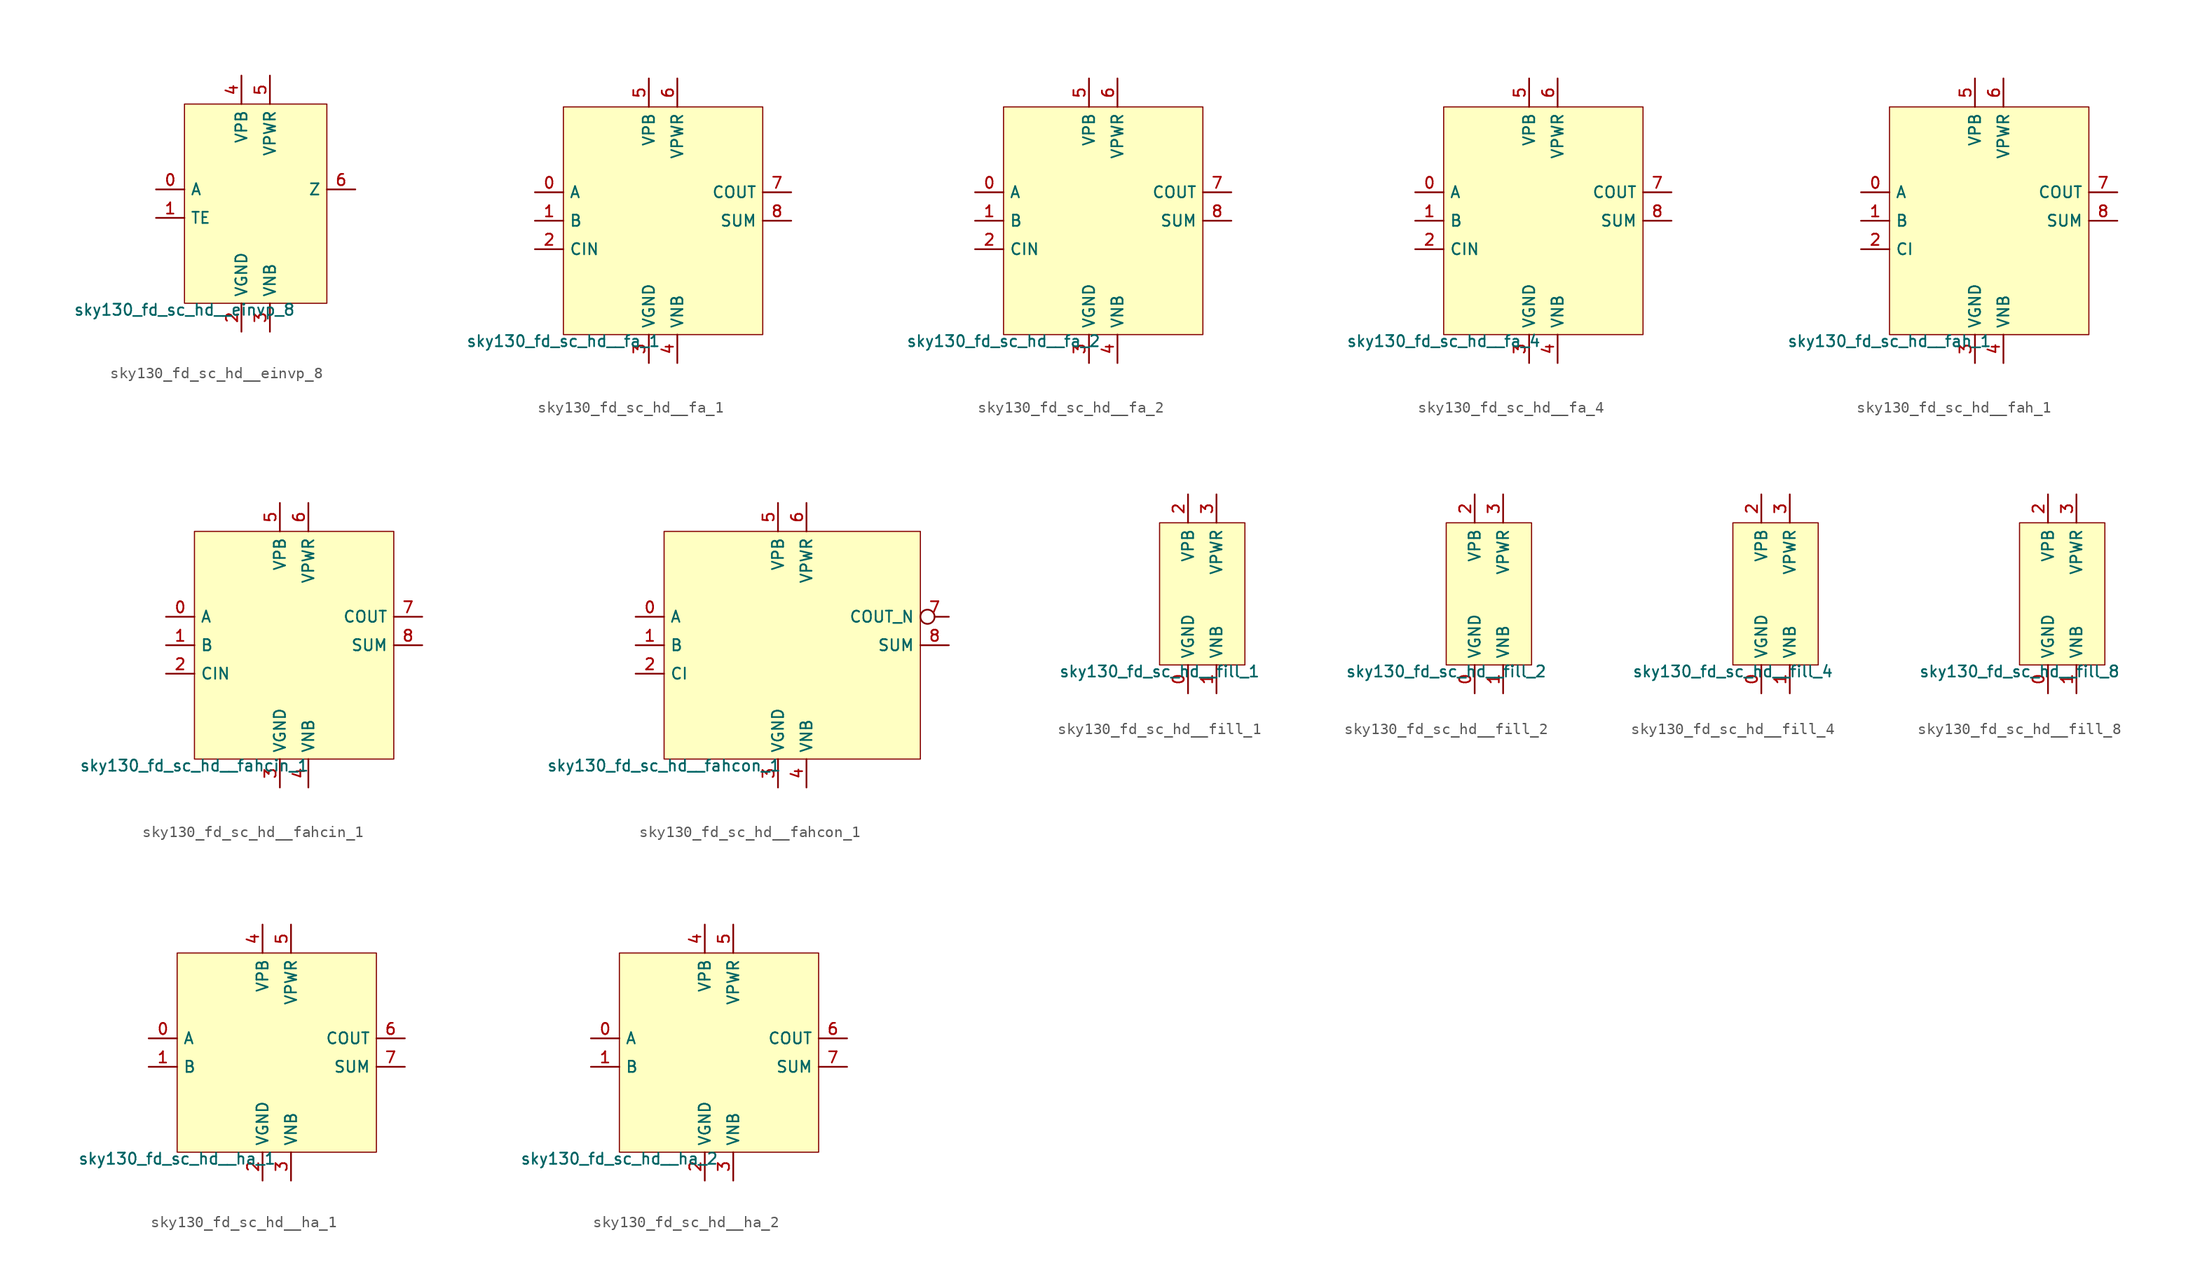
<source format=kicad_sym>
(kicad_symbol_lib
  (version 20211014)
  (generator lef2kicad_sym)
  (symbol "sky130_fd_sc_hd__einvp_8"
    (property "Reference" "X"
      (at 0 0 0)
      (effects (font (size 1 1)) hide))
    (property "Value" "sky130_fd_sc_hd__einvp_8"
      (at -6.35 -8.89 0)
      (effects (font (size 1 1)) (justify top)))
    (rectangle
      (start -6.35 -8.89)
      (end 6.35 8.89)
      (stroke (width 0.1) (type solid) (color 0 0 0 0))
      (fill (type background)))
    (pin input line
      (at -8.89 1.27 0)
      (length 2.54)
      (name "A" (effects (font (size 1 1)) hide))
      (number "0" (effects (font (size 1 1)) hide)))
    (pin input line
      (at -8.89 -1.27 0)
      (length 2.54)
      (name "TE" (effects (font (size 1 1)) hide))
      (number "1" (effects (font (size 1 1)) hide)))
    (pin power_in line
      (at -1.27 -11.43 90)
      (length 2.54)
      (name "VGND" (effects (font (size 1 1)) hide))
      (number "2" (effects (font (size 1 1)) hide)))
    (pin power_in line
      (at 1.27 -11.43 90)
      (length 2.54)
      (name "VNB" (effects (font (size 1 1)) hide))
      (number "3" (effects (font (size 1 1)) hide)))
    (pin power_in line
      (at -1.27 11.43 270)
      (length 2.54)
      (name "VPB" (effects (font (size 1 1)) hide))
      (number "4" (effects (font (size 1 1)) hide)))
    (pin power_in line
      (at 1.27 11.43 270)
      (length 2.54)
      (name "VPWR" (effects (font (size 1 1)) hide))
      (number "5" (effects (font (size 1 1)) hide)))
    (pin output line
      (at 8.89 1.27 180)
      (length 2.54)
      (name "Z" (effects (font (size 1 1)) hide))
      (number "6" (effects (font (size 1 1)) hide))))
  (symbol "sky130_fd_sc_hd__fa_1"
    (property "Reference" "X"
      (at 0 0 0)
      (effects (font (size 1 1)) hide))
    (property "Value" "sky130_fd_sc_hd__fa_1"
      (at -8.89 -10.16 0)
      (effects (font (size 1 1)) (justify top)))
    (rectangle
      (start -8.89 -10.16)
      (end 8.89 10.16)
      (stroke (width 0.1) (type solid) (color 0 0 0 0))
      (fill (type background)))
    (pin input line
      (at -11.43 2.54 0)
      (length 2.54)
      (name "A" (effects (font (size 1 1)) hide))
      (number "0" (effects (font (size 1 1)) hide)))
    (pin input line
      (at -11.43 0.0 0)
      (length 2.54)
      (name "B" (effects (font (size 1 1)) hide))
      (number "1" (effects (font (size 1 1)) hide)))
    (pin input line
      (at -11.43 -2.54 0)
      (length 2.54)
      (name "CIN" (effects (font (size 1 1)) hide))
      (number "2" (effects (font (size 1 1)) hide)))
    (pin power_in line
      (at -1.27 -12.7 90)
      (length 2.54)
      (name "VGND" (effects (font (size 1 1)) hide))
      (number "3" (effects (font (size 1 1)) hide)))
    (pin power_in line
      (at 1.27 -12.7 90)
      (length 2.54)
      (name "VNB" (effects (font (size 1 1)) hide))
      (number "4" (effects (font (size 1 1)) hide)))
    (pin power_in line
      (at -1.27 12.7 270)
      (length 2.54)
      (name "VPB" (effects (font (size 1 1)) hide))
      (number "5" (effects (font (size 1 1)) hide)))
    (pin power_in line
      (at 1.27 12.7 270)
      (length 2.54)
      (name "VPWR" (effects (font (size 1 1)) hide))
      (number "6" (effects (font (size 1 1)) hide)))
    (pin output line
      (at 11.43 2.54 180)
      (length 2.54)
      (name "COUT" (effects (font (size 1 1)) hide))
      (number "7" (effects (font (size 1 1)) hide)))
    (pin output line
      (at 11.43 0.0 180)
      (length 2.54)
      (name "SUM" (effects (font (size 1 1)) hide))
      (number "8" (effects (font (size 1 1)) hide))))
  (symbol "sky130_fd_sc_hd__fa_2"
    (property "Reference" "X"
      (at 0 0 0)
      (effects (font (size 1 1)) hide))
    (property "Value" "sky130_fd_sc_hd__fa_2"
      (at -8.89 -10.16 0)
      (effects (font (size 1 1)) (justify top)))
    (rectangle
      (start -8.89 -10.16)
      (end 8.89 10.16)
      (stroke (width 0.1) (type solid) (color 0 0 0 0))
      (fill (type background)))
    (pin input line
      (at -11.43 2.54 0)
      (length 2.54)
      (name "A" (effects (font (size 1 1)) hide))
      (number "0" (effects (font (size 1 1)) hide)))
    (pin input line
      (at -11.43 0.0 0)
      (length 2.54)
      (name "B" (effects (font (size 1 1)) hide))
      (number "1" (effects (font (size 1 1)) hide)))
    (pin input line
      (at -11.43 -2.54 0)
      (length 2.54)
      (name "CIN" (effects (font (size 1 1)) hide))
      (number "2" (effects (font (size 1 1)) hide)))
    (pin power_in line
      (at -1.27 -12.7 90)
      (length 2.54)
      (name "VGND" (effects (font (size 1 1)) hide))
      (number "3" (effects (font (size 1 1)) hide)))
    (pin power_in line
      (at 1.27 -12.7 90)
      (length 2.54)
      (name "VNB" (effects (font (size 1 1)) hide))
      (number "4" (effects (font (size 1 1)) hide)))
    (pin power_in line
      (at -1.27 12.7 270)
      (length 2.54)
      (name "VPB" (effects (font (size 1 1)) hide))
      (number "5" (effects (font (size 1 1)) hide)))
    (pin power_in line
      (at 1.27 12.7 270)
      (length 2.54)
      (name "VPWR" (effects (font (size 1 1)) hide))
      (number "6" (effects (font (size 1 1)) hide)))
    (pin output line
      (at 11.43 2.54 180)
      (length 2.54)
      (name "COUT" (effects (font (size 1 1)) hide))
      (number "7" (effects (font (size 1 1)) hide)))
    (pin output line
      (at 11.43 0.0 180)
      (length 2.54)
      (name "SUM" (effects (font (size 1 1)) hide))
      (number "8" (effects (font (size 1 1)) hide))))
  (symbol "sky130_fd_sc_hd__fa_4"
    (property "Reference" "X"
      (at 0 0 0)
      (effects (font (size 1 1)) hide))
    (property "Value" "sky130_fd_sc_hd__fa_4"
      (at -8.89 -10.16 0)
      (effects (font (size 1 1)) (justify top)))
    (rectangle
      (start -8.89 -10.16)
      (end 8.89 10.16)
      (stroke (width 0.1) (type solid) (color 0 0 0 0))
      (fill (type background)))
    (pin input line
      (at -11.43 2.54 0)
      (length 2.54)
      (name "A" (effects (font (size 1 1)) hide))
      (number "0" (effects (font (size 1 1)) hide)))
    (pin input line
      (at -11.43 0.0 0)
      (length 2.54)
      (name "B" (effects (font (size 1 1)) hide))
      (number "1" (effects (font (size 1 1)) hide)))
    (pin input line
      (at -11.43 -2.54 0)
      (length 2.54)
      (name "CIN" (effects (font (size 1 1)) hide))
      (number "2" (effects (font (size 1 1)) hide)))
    (pin power_in line
      (at -1.27 -12.7 90)
      (length 2.54)
      (name "VGND" (effects (font (size 1 1)) hide))
      (number "3" (effects (font (size 1 1)) hide)))
    (pin power_in line
      (at 1.27 -12.7 90)
      (length 2.54)
      (name "VNB" (effects (font (size 1 1)) hide))
      (number "4" (effects (font (size 1 1)) hide)))
    (pin power_in line
      (at -1.27 12.7 270)
      (length 2.54)
      (name "VPB" (effects (font (size 1 1)) hide))
      (number "5" (effects (font (size 1 1)) hide)))
    (pin power_in line
      (at 1.27 12.7 270)
      (length 2.54)
      (name "VPWR" (effects (font (size 1 1)) hide))
      (number "6" (effects (font (size 1 1)) hide)))
    (pin output line
      (at 11.43 2.54 180)
      (length 2.54)
      (name "COUT" (effects (font (size 1 1)) hide))
      (number "7" (effects (font (size 1 1)) hide)))
    (pin output line
      (at 11.43 0.0 180)
      (length 2.54)
      (name "SUM" (effects (font (size 1 1)) hide))
      (number "8" (effects (font (size 1 1)) hide))))
  (symbol "sky130_fd_sc_hd__fah_1"
    (property "Reference" "X"
      (at 0 0 0)
      (effects (font (size 1 1)) hide))
    (property "Value" "sky130_fd_sc_hd__fah_1"
      (at -8.89 -10.16 0)
      (effects (font (size 1 1)) (justify top)))
    (rectangle
      (start -8.89 -10.16)
      (end 8.89 10.16)
      (stroke (width 0.1) (type solid) (color 0 0 0 0))
      (fill (type background)))
    (pin input line
      (at -11.43 2.54 0)
      (length 2.54)
      (name "A" (effects (font (size 1 1)) hide))
      (number "0" (effects (font (size 1 1)) hide)))
    (pin input line
      (at -11.43 0.0 0)
      (length 2.54)
      (name "B" (effects (font (size 1 1)) hide))
      (number "1" (effects (font (size 1 1)) hide)))
    (pin input line
      (at -11.43 -2.54 0)
      (length 2.54)
      (name "CI" (effects (font (size 1 1)) hide))
      (number "2" (effects (font (size 1 1)) hide)))
    (pin power_in line
      (at -1.27 -12.7 90)
      (length 2.54)
      (name "VGND" (effects (font (size 1 1)) hide))
      (number "3" (effects (font (size 1 1)) hide)))
    (pin power_in line
      (at 1.27 -12.7 90)
      (length 2.54)
      (name "VNB" (effects (font (size 1 1)) hide))
      (number "4" (effects (font (size 1 1)) hide)))
    (pin power_in line
      (at -1.27 12.7 270)
      (length 2.54)
      (name "VPB" (effects (font (size 1 1)) hide))
      (number "5" (effects (font (size 1 1)) hide)))
    (pin power_in line
      (at 1.27 12.7 270)
      (length 2.54)
      (name "VPWR" (effects (font (size 1 1)) hide))
      (number "6" (effects (font (size 1 1)) hide)))
    (pin output line
      (at 11.43 2.54 180)
      (length 2.54)
      (name "COUT" (effects (font (size 1 1)) hide))
      (number "7" (effects (font (size 1 1)) hide)))
    (pin output line
      (at 11.43 0.0 180)
      (length 2.54)
      (name "SUM" (effects (font (size 1 1)) hide))
      (number "8" (effects (font (size 1 1)) hide))))
  (symbol "sky130_fd_sc_hd__fahcin_1"
    (property "Reference" "X"
      (at 0 0 0)
      (effects (font (size 1 1)) hide))
    (property "Value" "sky130_fd_sc_hd__fahcin_1"
      (at -8.89 -10.16 0)
      (effects (font (size 1 1)) (justify top)))
    (rectangle
      (start -8.89 -10.16)
      (end 8.89 10.16)
      (stroke (width 0.1) (type solid) (color 0 0 0 0))
      (fill (type background)))
    (pin input line
      (at -11.43 2.54 0)
      (length 2.54)
      (name "A" (effects (font (size 1 1)) hide))
      (number "0" (effects (font (size 1 1)) hide)))
    (pin input line
      (at -11.43 0.0 0)
      (length 2.54)
      (name "B" (effects (font (size 1 1)) hide))
      (number "1" (effects (font (size 1 1)) hide)))
    (pin input line
      (at -11.43 -2.54 0)
      (length 2.54)
      (name "CIN" (effects (font (size 1 1)) hide))
      (number "2" (effects (font (size 1 1)) hide)))
    (pin power_in line
      (at -1.27 -12.7 90)
      (length 2.54)
      (name "VGND" (effects (font (size 1 1)) hide))
      (number "3" (effects (font (size 1 1)) hide)))
    (pin power_in line
      (at 1.27 -12.7 90)
      (length 2.54)
      (name "VNB" (effects (font (size 1 1)) hide))
      (number "4" (effects (font (size 1 1)) hide)))
    (pin power_in line
      (at -1.27 12.7 270)
      (length 2.54)
      (name "VPB" (effects (font (size 1 1)) hide))
      (number "5" (effects (font (size 1 1)) hide)))
    (pin power_in line
      (at 1.27 12.7 270)
      (length 2.54)
      (name "VPWR" (effects (font (size 1 1)) hide))
      (number "6" (effects (font (size 1 1)) hide)))
    (pin output line
      (at 11.43 2.54 180)
      (length 2.54)
      (name "COUT" (effects (font (size 1 1)) hide))
      (number "7" (effects (font (size 1 1)) hide)))
    (pin output line
      (at 11.43 0.0 180)
      (length 2.54)
      (name "SUM" (effects (font (size 1 1)) hide))
      (number "8" (effects (font (size 1 1)) hide))))
  (symbol "sky130_fd_sc_hd__fahcon_1"
    (property "Reference" "X"
      (at 0 0 0)
      (effects (font (size 1 1)) hide))
    (property "Value" "sky130_fd_sc_hd__fahcon_1"
      (at -11.43 -10.16 0)
      (effects (font (size 1 1)) (justify top)))
    (rectangle
      (start -11.43 -10.16)
      (end 11.43 10.16)
      (stroke (width 0.1) (type solid) (color 0 0 0 0))
      (fill (type background)))
    (pin input line
      (at -13.97 2.54 0)
      (length 2.54)
      (name "A" (effects (font (size 1 1)) hide))
      (number "0" (effects (font (size 1 1)) hide)))
    (pin input line
      (at -13.97 0.0 0)
      (length 2.54)
      (name "B" (effects (font (size 1 1)) hide))
      (number "1" (effects (font (size 1 1)) hide)))
    (pin input line
      (at -13.97 -2.54 0)
      (length 2.54)
      (name "CI" (effects (font (size 1 1)) hide))
      (number "2" (effects (font (size 1 1)) hide)))
    (pin power_in line
      (at -1.27 -12.7 90)
      (length 2.54)
      (name "VGND" (effects (font (size 1 1)) hide))
      (number "3" (effects (font (size 1 1)) hide)))
    (pin power_in line
      (at 1.27 -12.7 90)
      (length 2.54)
      (name "VNB" (effects (font (size 1 1)) hide))
      (number "4" (effects (font (size 1 1)) hide)))
    (pin power_in line
      (at -1.27 12.7 270)
      (length 2.54)
      (name "VPB" (effects (font (size 1 1)) hide))
      (number "5" (effects (font (size 1 1)) hide)))
    (pin power_in line
      (at 1.27 12.7 270)
      (length 2.54)
      (name "VPWR" (effects (font (size 1 1)) hide))
      (number "6" (effects (font (size 1 1)) hide)))
    (pin output inverted
      (at 13.97 2.54 180)
      (length 2.54)
      (name "COUT_N" (effects (font (size 1 1)) hide))
      (number "7" (effects (font (size 1 1)) hide)))
    (pin output line
      (at 13.97 0.0 180)
      (length 2.54)
      (name "SUM" (effects (font (size 1 1)) hide))
      (number "8" (effects (font (size 1 1)) hide))))
  (symbol "sky130_fd_sc_hd__fill_1"
    (property "Reference" "X"
      (at 0 0 0)
      (effects (font (size 1 1)) hide))
    (property "Value" "sky130_fd_sc_hd__fill_1"
      (at -3.81 -6.35 0)
      (effects (font (size 1 1)) (justify top)))
    (rectangle
      (start -3.81 -6.35)
      (end 3.81 6.35)
      (stroke (width 0.1) (type solid) (color 0 0 0 0))
      (fill (type background)))
    (pin power_in line
      (at -1.27 -8.89 90)
      (length 2.54)
      (name "VGND" (effects (font (size 1 1)) hide))
      (number "0" (effects (font (size 1 1)) hide)))
    (pin power_in line
      (at 1.27 -8.89 90)
      (length 2.54)
      (name "VNB" (effects (font (size 1 1)) hide))
      (number "1" (effects (font (size 1 1)) hide)))
    (pin power_in line
      (at -1.27 8.89 270)
      (length 2.54)
      (name "VPB" (effects (font (size 1 1)) hide))
      (number "2" (effects (font (size 1 1)) hide)))
    (pin power_in line
      (at 1.27 8.89 270)
      (length 2.54)
      (name "VPWR" (effects (font (size 1 1)) hide))
      (number "3" (effects (font (size 1 1)) hide))))
  (symbol "sky130_fd_sc_hd__fill_2"
    (property "Reference" "X"
      (at 0 0 0)
      (effects (font (size 1 1)) hide))
    (property "Value" "sky130_fd_sc_hd__fill_2"
      (at -3.81 -6.35 0)
      (effects (font (size 1 1)) (justify top)))
    (rectangle
      (start -3.81 -6.35)
      (end 3.81 6.35)
      (stroke (width 0.1) (type solid) (color 0 0 0 0))
      (fill (type background)))
    (pin power_in line
      (at -1.27 -8.89 90)
      (length 2.54)
      (name "VGND" (effects (font (size 1 1)) hide))
      (number "0" (effects (font (size 1 1)) hide)))
    (pin power_in line
      (at 1.27 -8.89 90)
      (length 2.54)
      (name "VNB" (effects (font (size 1 1)) hide))
      (number "1" (effects (font (size 1 1)) hide)))
    (pin power_in line
      (at -1.27 8.89 270)
      (length 2.54)
      (name "VPB" (effects (font (size 1 1)) hide))
      (number "2" (effects (font (size 1 1)) hide)))
    (pin power_in line
      (at 1.27 8.89 270)
      (length 2.54)
      (name "VPWR" (effects (font (size 1 1)) hide))
      (number "3" (effects (font (size 1 1)) hide))))
  (symbol "sky130_fd_sc_hd__fill_4"
    (property "Reference" "X"
      (at 0 0 0)
      (effects (font (size 1 1)) hide))
    (property "Value" "sky130_fd_sc_hd__fill_4"
      (at -3.81 -6.35 0)
      (effects (font (size 1 1)) (justify top)))
    (rectangle
      (start -3.81 -6.35)
      (end 3.81 6.35)
      (stroke (width 0.1) (type solid) (color 0 0 0 0))
      (fill (type background)))
    (pin power_in line
      (at -1.27 -8.89 90)
      (length 2.54)
      (name "VGND" (effects (font (size 1 1)) hide))
      (number "0" (effects (font (size 1 1)) hide)))
    (pin power_in line
      (at 1.27 -8.89 90)
      (length 2.54)
      (name "VNB" (effects (font (size 1 1)) hide))
      (number "1" (effects (font (size 1 1)) hide)))
    (pin power_in line
      (at -1.27 8.89 270)
      (length 2.54)
      (name "VPB" (effects (font (size 1 1)) hide))
      (number "2" (effects (font (size 1 1)) hide)))
    (pin power_in line
      (at 1.27 8.89 270)
      (length 2.54)
      (name "VPWR" (effects (font (size 1 1)) hide))
      (number "3" (effects (font (size 1 1)) hide))))
  (symbol "sky130_fd_sc_hd__fill_8"
    (property "Reference" "X"
      (at 0 0 0)
      (effects (font (size 1 1)) hide))
    (property "Value" "sky130_fd_sc_hd__fill_8"
      (at -3.81 -6.35 0)
      (effects (font (size 1 1)) (justify top)))
    (rectangle
      (start -3.81 -6.35)
      (end 3.81 6.35)
      (stroke (width 0.1) (type solid) (color 0 0 0 0))
      (fill (type background)))
    (pin power_in line
      (at -1.27 -8.89 90)
      (length 2.54)
      (name "VGND" (effects (font (size 1 1)) hide))
      (number "0" (effects (font (size 1 1)) hide)))
    (pin power_in line
      (at 1.27 -8.89 90)
      (length 2.54)
      (name "VNB" (effects (font (size 1 1)) hide))
      (number "1" (effects (font (size 1 1)) hide)))
    (pin power_in line
      (at -1.27 8.89 270)
      (length 2.54)
      (name "VPB" (effects (font (size 1 1)) hide))
      (number "2" (effects (font (size 1 1)) hide)))
    (pin power_in line
      (at 1.27 8.89 270)
      (length 2.54)
      (name "VPWR" (effects (font (size 1 1)) hide))
      (number "3" (effects (font (size 1 1)) hide))))
  (symbol "sky130_fd_sc_hd__ha_1"
    (property "Reference" "X"
      (at 0 0 0)
      (effects (font (size 1 1)) hide))
    (property "Value" "sky130_fd_sc_hd__ha_1"
      (at -8.89 -8.89 0)
      (effects (font (size 1 1)) (justify top)))
    (rectangle
      (start -8.89 -8.89)
      (end 8.89 8.89)
      (stroke (width 0.1) (type solid) (color 0 0 0 0))
      (fill (type background)))
    (pin input line
      (at -11.43 1.27 0)
      (length 2.54)
      (name "A" (effects (font (size 1 1)) hide))
      (number "0" (effects (font (size 1 1)) hide)))
    (pin input line
      (at -11.43 -1.27 0)
      (length 2.54)
      (name "B" (effects (font (size 1 1)) hide))
      (number "1" (effects (font (size 1 1)) hide)))
    (pin power_in line
      (at -1.27 -11.43 90)
      (length 2.54)
      (name "VGND" (effects (font (size 1 1)) hide))
      (number "2" (effects (font (size 1 1)) hide)))
    (pin power_in line
      (at 1.27 -11.43 90)
      (length 2.54)
      (name "VNB" (effects (font (size 1 1)) hide))
      (number "3" (effects (font (size 1 1)) hide)))
    (pin power_in line
      (at -1.27 11.43 270)
      (length 2.54)
      (name "VPB" (effects (font (size 1 1)) hide))
      (number "4" (effects (font (size 1 1)) hide)))
    (pin power_in line
      (at 1.27 11.43 270)
      (length 2.54)
      (name "VPWR" (effects (font (size 1 1)) hide))
      (number "5" (effects (font (size 1 1)) hide)))
    (pin output line
      (at 11.43 1.27 180)
      (length 2.54)
      (name "COUT" (effects (font (size 1 1)) hide))
      (number "6" (effects (font (size 1 1)) hide)))
    (pin output line
      (at 11.43 -1.27 180)
      (length 2.54)
      (name "SUM" (effects (font (size 1 1)) hide))
      (number "7" (effects (font (size 1 1)) hide))))
  (symbol "sky130_fd_sc_hd__ha_2"
    (property "Reference" "X"
      (at 0 0 0)
      (effects (font (size 1 1)) hide))
    (property "Value" "sky130_fd_sc_hd__ha_2"
      (at -8.89 -8.89 0)
      (effects (font (size 1 1)) (justify top)))
    (rectangle
      (start -8.89 -8.89)
      (end 8.89 8.89)
      (stroke (width 0.1) (type solid) (color 0 0 0 0))
      (fill (type background)))
    (pin input line
      (at -11.43 1.27 0)
      (length 2.54)
      (name "A" (effects (font (size 1 1)) hide))
      (number "0" (effects (font (size 1 1)) hide)))
    (pin input line
      (at -11.43 -1.27 0)
      (length 2.54)
      (name "B" (effects (font (size 1 1)) hide))
      (number "1" (effects (font (size 1 1)) hide)))
    (pin power_in line
      (at -1.27 -11.43 90)
      (length 2.54)
      (name "VGND" (effects (font (size 1 1)) hide))
      (number "2" (effects (font (size 1 1)) hide)))
    (pin power_in line
      (at 1.27 -11.43 90)
      (length 2.54)
      (name "VNB" (effects (font (size 1 1)) hide))
      (number "3" (effects (font (size 1 1)) hide)))
    (pin power_in line
      (at -1.27 11.43 270)
      (length 2.54)
      (name "VPB" (effects (font (size 1 1)) hide))
      (number "4" (effects (font (size 1 1)) hide)))
    (pin power_in line
      (at 1.27 11.43 270)
      (length 2.54)
      (name "VPWR" (effects (font (size 1 1)) hide))
      (number "5" (effects (font (size 1 1)) hide)))
    (pin output line
      (at 11.43 1.27 180)
      (length 2.54)
      (name "COUT" (effects (font (size 1 1)) hide))
      (number "6" (effects (font (size 1 1)) hide)))
    (pin output line
      (at 11.43 -1.27 180)
      (length 2.54)
      (name "SUM" (effects (font (size 1 1)) hide))
      (number "7" (effects (font (size 1 1)) hide)))))
</source>
